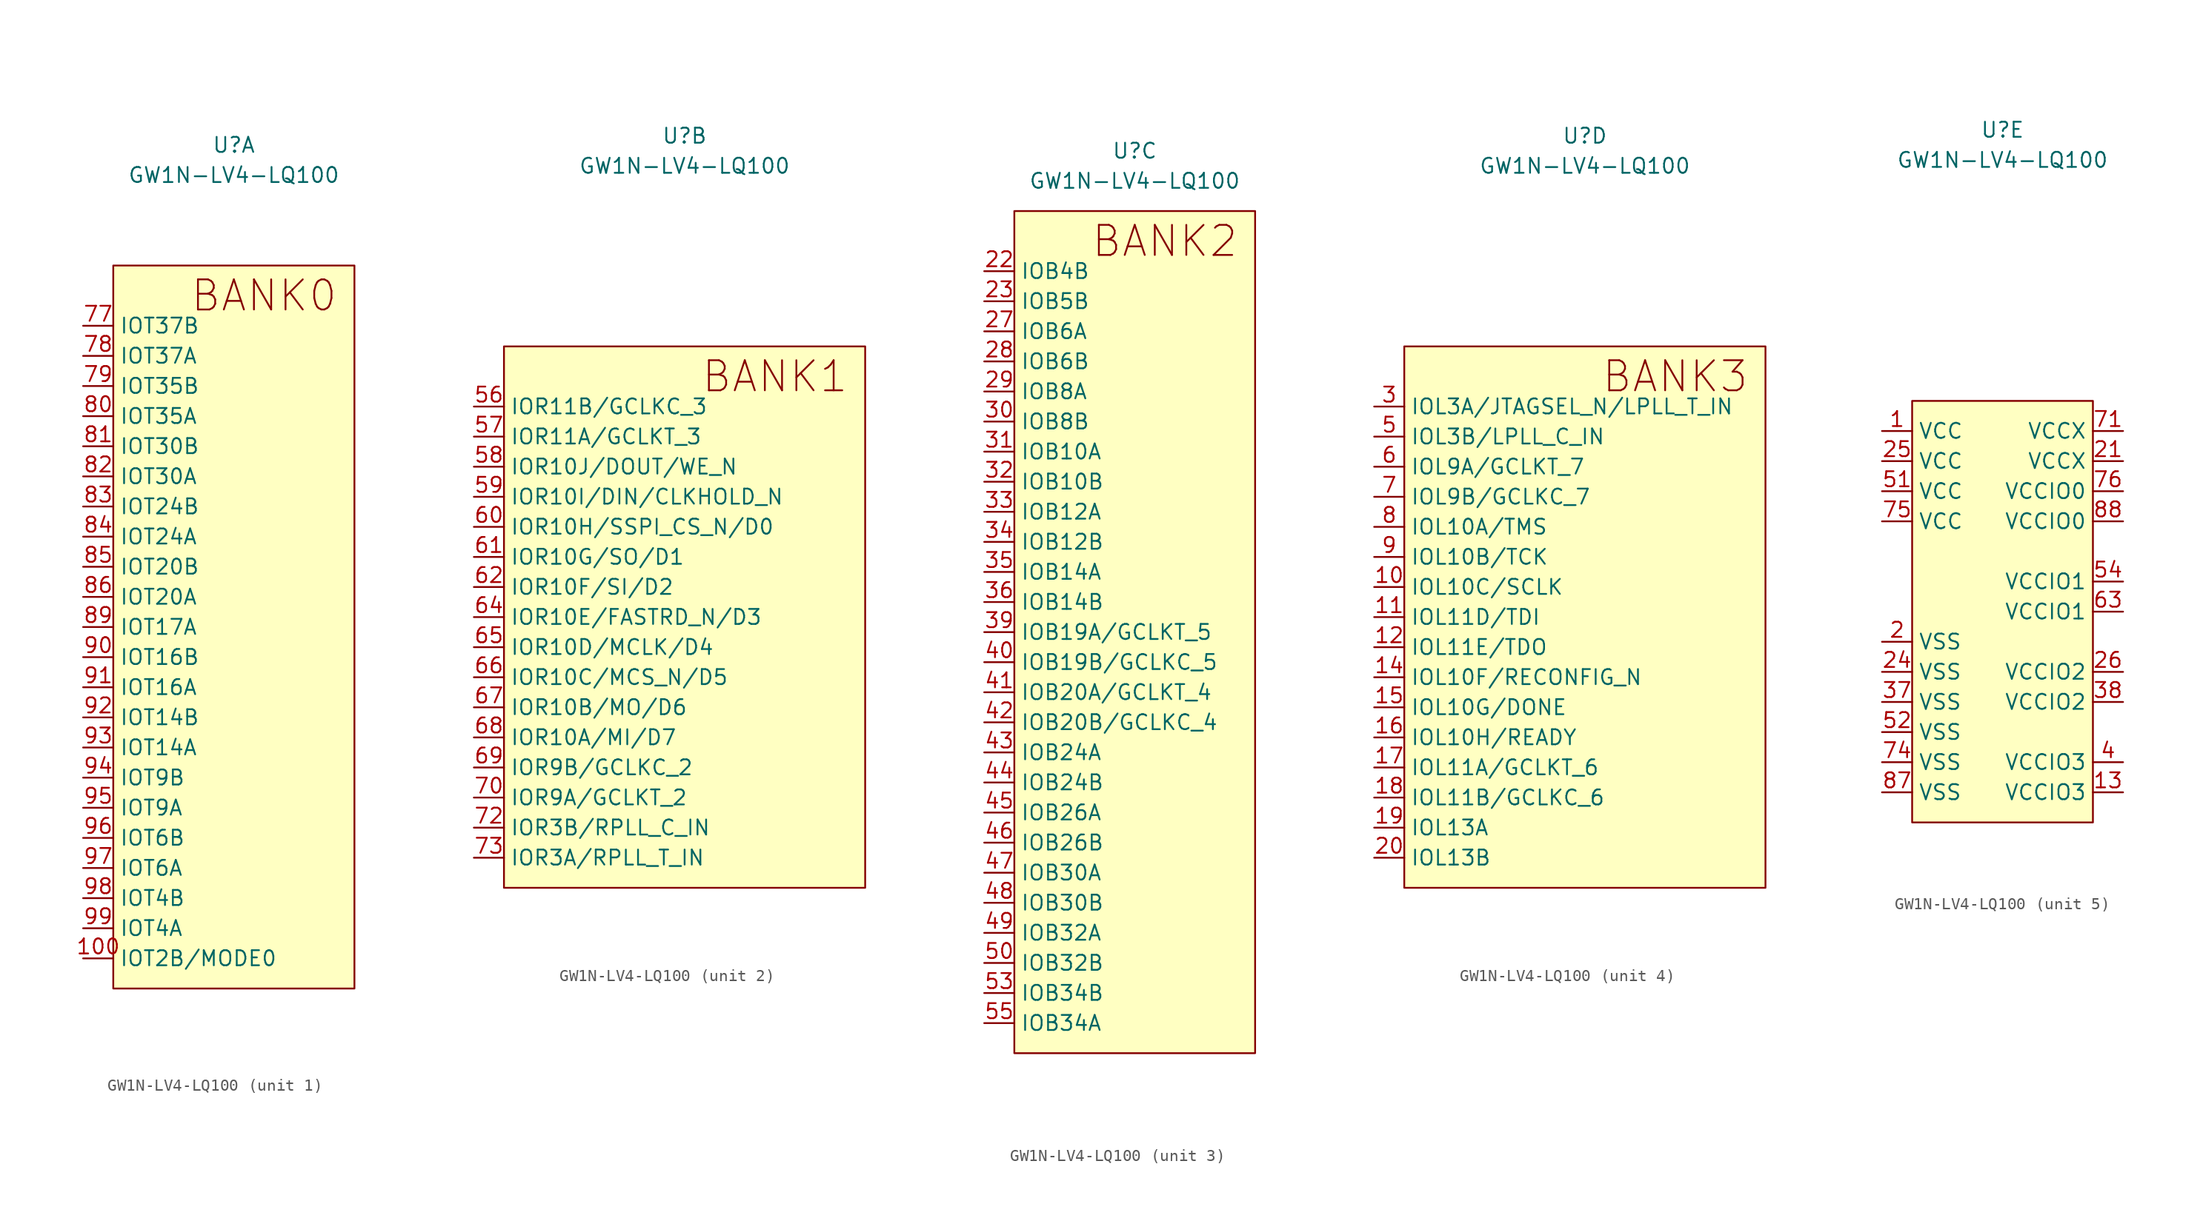
<source format=kicad_sym>
(kicad_symbol_lib
  (version 20220914)
  (generator kicad_symbol_editor)
  (symbol "GW1N-LV4-LQ100"
    (property "Reference" "U"
      (at 0 40.64 0)
      (effects (font (size 1.27 1.27))))
    (property "Value" "GW1N-LV4-LQ100"
      (at 0 38.1 0)
      (effects (font (size 1.27 1.27))))
    (property "ki_locked" ""
      (at 0 0 0)
      (effects (font (size 1.27 1.27))))
    (symbol "GW1N-LV4-LQ100_1_1"
      (rectangle (start -10.16 30.48) (end 10.16 -30.48) (stroke (width 0) (type default)) (fill (type background)))
      (text "BANK0\n" (at 2.54 27.94 0) (effects (font (size 2.54 2.54))))
      (pin bidirectional line (at -12.7 -27.94 0) (length 2.54) (name "IOT2B/MODE0" (effects (font (size 1.27 1.27)))) (number "100" (effects (font (size 1.27 1.27)))))
      (pin bidirectional line (at -12.7 25.4 0) (length 2.54) (name "IOT37B" (effects (font (size 1.27 1.27)))) (number "77" (effects (font (size 1.27 1.27)))))
      (pin bidirectional line (at -12.7 22.86 0) (length 2.54) (name "IOT37A" (effects (font (size 1.27 1.27)))) (number "78" (effects (font (size 1.27 1.27)))))
      (pin bidirectional line (at -12.7 20.32 0) (length 2.54) (name "IOT35B" (effects (font (size 1.27 1.27)))) (number "79" (effects (font (size 1.27 1.27)))))
      (pin bidirectional line (at -12.7 17.78 0) (length 2.54) (name "IOT35A" (effects (font (size 1.27 1.27)))) (number "80" (effects (font (size 1.27 1.27)))))
      (pin bidirectional line (at -12.7 15.24 0) (length 2.54) (name "IOT30B" (effects (font (size 1.27 1.27)))) (number "81" (effects (font (size 1.27 1.27)))))
      (pin bidirectional line (at -12.7 12.7 0) (length 2.54) (name "IOT30A" (effects (font (size 1.27 1.27)))) (number "82" (effects (font (size 1.27 1.27)))))
      (pin bidirectional line (at -12.7 10.16 0) (length 2.54) (name "IOT24B" (effects (font (size 1.27 1.27)))) (number "83" (effects (font (size 1.27 1.27)))))
      (pin bidirectional line (at -12.7 7.62 0) (length 2.54) (name "IOT24A" (effects (font (size 1.27 1.27)))) (number "84" (effects (font (size 1.27 1.27)))))
      (pin bidirectional line (at -12.7 5.08 0) (length 2.54) (name "IOT20B" (effects (font (size 1.27 1.27)))) (number "85" (effects (font (size 1.27 1.27)))))
      (pin bidirectional line (at -12.7 2.54 0) (length 2.54) (name "IOT20A" (effects (font (size 1.27 1.27)))) (number "86" (effects (font (size 1.27 1.27)))))
      (pin bidirectional line (at -12.7 0 0) (length 2.54) (name "IOT17A" (effects (font (size 1.27 1.27)))) (number "89" (effects (font (size 1.27 1.27)))))
      (pin bidirectional line (at -12.7 -2.54 0) (length 2.54) (name "IOT16B" (effects (font (size 1.27 1.27)))) (number "90" (effects (font (size 1.27 1.27)))))
      (pin bidirectional line (at -12.7 -5.08 0) (length 2.54) (name "IOT16A" (effects (font (size 1.27 1.27)))) (number "91" (effects (font (size 1.27 1.27)))))
      (pin bidirectional line (at -12.7 -7.62 0) (length 2.54) (name "IOT14B" (effects (font (size 1.27 1.27)))) (number "92" (effects (font (size 1.27 1.27)))))
      (pin bidirectional line (at -12.7 -10.16 0) (length 2.54) (name "IOT14A" (effects (font (size 1.27 1.27)))) (number "93" (effects (font (size 1.27 1.27)))))
      (pin bidirectional line (at -12.7 -12.7 0) (length 2.54) (name "IOT9B" (effects (font (size 1.27 1.27)))) (number "94" (effects (font (size 1.27 1.27)))))
      (pin bidirectional line (at -12.7 -15.24 0) (length 2.54) (name "IOT9A" (effects (font (size 1.27 1.27)))) (number "95" (effects (font (size 1.27 1.27)))))
      (pin bidirectional line (at -12.7 -17.78 0) (length 2.54) (name "IOT6B" (effects (font (size 1.27 1.27)))) (number "96" (effects (font (size 1.27 1.27)))))
      (pin bidirectional line (at -12.7 -20.32 0) (length 2.54) (name "IOT6A" (effects (font (size 1.27 1.27)))) (number "97" (effects (font (size 1.27 1.27)))))
      (pin bidirectional line (at -12.7 -22.86 0) (length 2.54) (name "IOT4B" (effects (font (size 1.27 1.27)))) (number "98" (effects (font (size 1.27 1.27)))))
      (pin bidirectional line (at -12.7 -25.4 0) (length 2.54) (name "IOT4A" (effects (font (size 1.27 1.27)))) (number "99" (effects (font (size 1.27 1.27))))))
    (symbol "GW1N-LV4-LQ100_2_1"
      (rectangle (start -15.24 22.86) (end 15.24 -22.86) (stroke (width 0) (type default)) (fill (type background)))
      (text "BANK1" (at 7.62 20.32 0) (effects (font (size 2.54 2.54))))
      (pin bidirectional line (at -17.78 17.78 0) (length 2.54) (name "IOR11B/GCLKC_3" (effects (font (size 1.27 1.27)))) (number "56" (effects (font (size 1.27 1.27)))))
      (pin bidirectional line (at -17.78 15.24 0) (length 2.54) (name "IOR11A/GCLKT_3" (effects (font (size 1.27 1.27)))) (number "57" (effects (font (size 1.27 1.27)))))
      (pin bidirectional line (at -17.78 12.7 0) (length 2.54) (name "IOR10J/DOUT/WE_N" (effects (font (size 1.27 1.27)))) (number "58" (effects (font (size 1.27 1.27)))))
      (pin bidirectional line (at -17.78 10.16 0) (length 2.54) (name "IOR10I/DIN/CLKHOLD_N" (effects (font (size 1.27 1.27)))) (number "59" (effects (font (size 1.27 1.27)))))
      (pin bidirectional line (at -17.78 7.62 0) (length 2.54) (name "IOR10H/SSPI_CS_N/D0" (effects (font (size 1.27 1.27)))) (number "60" (effects (font (size 1.27 1.27)))))
      (pin bidirectional line (at -17.78 5.08 0) (length 2.54) (name "IOR10G/SO/D1" (effects (font (size 1.27 1.27)))) (number "61" (effects (font (size 1.27 1.27)))))
      (pin bidirectional line (at -17.78 2.54 0) (length 2.54) (name "IOR10F/SI/D2" (effects (font (size 1.27 1.27)))) (number "62" (effects (font (size 1.27 1.27)))))
      (pin bidirectional line (at -17.78 0 0) (length 2.54) (name "IOR10E/FASTRD_N/D3" (effects (font (size 1.27 1.27)))) (number "64" (effects (font (size 1.27 1.27)))))
      (pin bidirectional line (at -17.78 -2.54 0) (length 2.54) (name "IOR10D/MCLK/D4" (effects (font (size 1.27 1.27)))) (number "65" (effects (font (size 1.27 1.27)))))
      (pin bidirectional line (at -17.78 -5.08 0) (length 2.54) (name "IOR10C/MCS_N/D5" (effects (font (size 1.27 1.27)))) (number "66" (effects (font (size 1.27 1.27)))))
      (pin bidirectional line (at -17.78 -7.62 0) (length 2.54) (name "IOR10B/MO/D6" (effects (font (size 1.27 1.27)))) (number "67" (effects (font (size 1.27 1.27)))))
      (pin bidirectional line (at -17.78 -10.16 0) (length 2.54) (name "IOR10A/MI/D7" (effects (font (size 1.27 1.27)))) (number "68" (effects (font (size 1.27 1.27)))))
      (pin bidirectional line (at -17.78 -12.7 0) (length 2.54) (name "IOR9B/GCLKC_2" (effects (font (size 1.27 1.27)))) (number "69" (effects (font (size 1.27 1.27)))))
      (pin bidirectional line (at -17.78 -15.24 0) (length 2.54) (name "IOR9A/GCLKT_2" (effects (font (size 1.27 1.27)))) (number "70" (effects (font (size 1.27 1.27)))))
      (pin bidirectional line (at -17.78 -17.78 0) (length 2.54) (name "IOR3B/RPLL_C_IN" (effects (font (size 1.27 1.27)))) (number "72" (effects (font (size 1.27 1.27)))))
      (pin bidirectional line (at -17.78 -20.32 0) (length 2.54) (name "IOR3A/RPLL_T_IN" (effects (font (size 1.27 1.27)))) (number "73" (effects (font (size 1.27 1.27))))))
    (symbol "GW1N-LV4-LQ100_3_1"
      (rectangle (start -10.16 35.56) (end 10.16 -35.56) (stroke (width 0) (type default)) (fill (type background)))
      (text "BANK2" (at 2.54 33.02 0) (effects (font (size 2.54 2.54))))
      (pin bidirectional line (at -12.7 30.48 0) (length 2.54) (name "IOB4B" (effects (font (size 1.27 1.27)))) (number "22" (effects (font (size 1.27 1.27)))))
      (pin bidirectional line (at -12.7 27.94 0) (length 2.54) (name "IOB5B" (effects (font (size 1.27 1.27)))) (number "23" (effects (font (size 1.27 1.27)))))
      (pin bidirectional line (at -12.7 25.4 0) (length 2.54) (name "IOB6A" (effects (font (size 1.27 1.27)))) (number "27" (effects (font (size 1.27 1.27)))))
      (pin bidirectional line (at -12.7 22.86 0) (length 2.54) (name "IOB6B" (effects (font (size 1.27 1.27)))) (number "28" (effects (font (size 1.27 1.27)))))
      (pin bidirectional line (at -12.7 20.32 0) (length 2.54) (name "IOB8A" (effects (font (size 1.27 1.27)))) (number "29" (effects (font (size 1.27 1.27)))))
      (pin bidirectional line (at -12.7 17.78 0) (length 2.54) (name "IOB8B" (effects (font (size 1.27 1.27)))) (number "30" (effects (font (size 1.27 1.27)))))
      (pin bidirectional line (at -12.7 15.24 0) (length 2.54) (name "IOB10A" (effects (font (size 1.27 1.27)))) (number "31" (effects (font (size 1.27 1.27)))))
      (pin bidirectional line (at -12.7 12.7 0) (length 2.54) (name "IOB10B" (effects (font (size 1.27 1.27)))) (number "32" (effects (font (size 1.27 1.27)))))
      (pin bidirectional line (at -12.7 10.16 0) (length 2.54) (name "IOB12A" (effects (font (size 1.27 1.27)))) (number "33" (effects (font (size 1.27 1.27)))))
      (pin bidirectional line (at -12.7 7.62 0) (length 2.54) (name "IOB12B" (effects (font (size 1.27 1.27)))) (number "34" (effects (font (size 1.27 1.27)))))
      (pin bidirectional line (at -12.7 5.08 0) (length 2.54) (name "IOB14A" (effects (font (size 1.27 1.27)))) (number "35" (effects (font (size 1.27 1.27)))))
      (pin bidirectional line (at -12.7 2.54 0) (length 2.54) (name "IOB14B" (effects (font (size 1.27 1.27)))) (number "36" (effects (font (size 1.27 1.27)))))
      (pin bidirectional line (at -12.7 0 0) (length 2.54) (name "IOB19A/GCLKT_5" (effects (font (size 1.27 1.27)))) (number "39" (effects (font (size 1.27 1.27)))))
      (pin bidirectional line (at -12.7 -2.54 0) (length 2.54) (name "IOB19B/GCLKC_5" (effects (font (size 1.27 1.27)))) (number "40" (effects (font (size 1.27 1.27)))))
      (pin bidirectional line (at -12.7 -5.08 0) (length 2.54) (name "IOB20A/GCLKT_4" (effects (font (size 1.27 1.27)))) (number "41" (effects (font (size 1.27 1.27)))))
      (pin bidirectional line (at -12.7 -7.62 0) (length 2.54) (name "IOB20B/GCLKC_4" (effects (font (size 1.27 1.27)))) (number "42" (effects (font (size 1.27 1.27)))))
      (pin bidirectional line (at -12.7 -10.16 0) (length 2.54) (name "IOB24A" (effects (font (size 1.27 1.27)))) (number "43" (effects (font (size 1.27 1.27)))))
      (pin bidirectional line (at -12.7 -12.7 0) (length 2.54) (name "IOB24B" (effects (font (size 1.27 1.27)))) (number "44" (effects (font (size 1.27 1.27)))))
      (pin bidirectional line (at -12.7 -15.24 0) (length 2.54) (name "IOB26A" (effects (font (size 1.27 1.27)))) (number "45" (effects (font (size 1.27 1.27)))))
      (pin bidirectional line (at -12.7 -17.78 0) (length 2.54) (name "IOB26B" (effects (font (size 1.27 1.27)))) (number "46" (effects (font (size 1.27 1.27)))))
      (pin bidirectional line (at -12.7 -20.32 0) (length 2.54) (name "IOB30A" (effects (font (size 1.27 1.27)))) (number "47" (effects (font (size 1.27 1.27)))))
      (pin bidirectional line (at -12.7 -22.86 0) (length 2.54) (name "IOB30B" (effects (font (size 1.27 1.27)))) (number "48" (effects (font (size 1.27 1.27)))))
      (pin bidirectional line (at -12.7 -25.4 0) (length 2.54) (name "IOB32A" (effects (font (size 1.27 1.27)))) (number "49" (effects (font (size 1.27 1.27)))))
      (pin bidirectional line (at -12.7 -27.94 0) (length 2.54) (name "IOB32B" (effects (font (size 1.27 1.27)))) (number "50" (effects (font (size 1.27 1.27)))))
      (pin bidirectional line (at -12.7 -30.48 0) (length 2.54) (name "IOB34B" (effects (font (size 1.27 1.27)))) (number "53" (effects (font (size 1.27 1.27)))))
      (pin bidirectional line (at -12.7 -33.02 0) (length 2.54) (name "IOB34A" (effects (font (size 1.27 1.27)))) (number "55" (effects (font (size 1.27 1.27))))))
    (symbol "GW1N-LV4-LQ100_4_1"
      (rectangle (start -15.24 22.86) (end 15.24 -22.86) (stroke (width 0) (type default)) (fill (type background)))
      (text "BANK3" (at 7.62 20.32 0) (effects (font (size 2.54 2.54))))
      (pin bidirectional line (at -17.78 2.54 0) (length 2.54) (name "IOL10C/SCLK" (effects (font (size 1.27 1.27)))) (number "10" (effects (font (size 1.27 1.27)))))
      (pin bidirectional line (at -17.78 0 0) (length 2.54) (name "IOL11D/TDI" (effects (font (size 1.27 1.27)))) (number "11" (effects (font (size 1.27 1.27)))))
      (pin bidirectional line (at -17.78 -2.54 0) (length 2.54) (name "IOL11E/TDO" (effects (font (size 1.27 1.27)))) (number "12" (effects (font (size 1.27 1.27)))))
      (pin bidirectional line (at -17.78 -5.08 0) (length 2.54) (name "IOL10F/RECONFIG_N" (effects (font (size 1.27 1.27)))) (number "14" (effects (font (size 1.27 1.27)))))
      (pin bidirectional line (at -17.78 -7.62 0) (length 2.54) (name "IOL10G/DONE" (effects (font (size 1.27 1.27)))) (number "15" (effects (font (size 1.27 1.27)))))
      (pin bidirectional line (at -17.78 -10.16 0) (length 2.54) (name "IOL10H/READY" (effects (font (size 1.27 1.27)))) (number "16" (effects (font (size 1.27 1.27)))))
      (pin bidirectional line (at -17.78 -12.7 0) (length 2.54) (name "IOL11A/GCLKT_6" (effects (font (size 1.27 1.27)))) (number "17" (effects (font (size 1.27 1.27)))))
      (pin bidirectional line (at -17.78 -15.24 0) (length 2.54) (name "IOL11B/GCLKC_6" (effects (font (size 1.27 1.27)))) (number "18" (effects (font (size 1.27 1.27)))))
      (pin bidirectional line (at -17.78 -17.78 0) (length 2.54) (name "IOL13A" (effects (font (size 1.27 1.27)))) (number "19" (effects (font (size 1.27 1.27)))))
      (pin bidirectional line (at -17.78 -20.32 0) (length 2.54) (name "IOL13B" (effects (font (size 1.27 1.27)))) (number "20" (effects (font (size 1.27 1.27)))))
      (pin bidirectional line (at -17.78 17.78 0) (length 2.54) (name "IOL3A/JTAGSEL_N/LPLL_T_IN" (effects (font (size 1.27 1.27)))) (number "3" (effects (font (size 1.27 1.27)))))
      (pin bidirectional line (at -17.78 15.24 0) (length 2.54) (name "IOL3B/LPLL_C_IN" (effects (font (size 1.27 1.27)))) (number "5" (effects (font (size 1.27 1.27)))))
      (pin bidirectional line (at -17.78 12.7 0) (length 2.54) (name "IOL9A/GCLKT_7" (effects (font (size 1.27 1.27)))) (number "6" (effects (font (size 1.27 1.27)))))
      (pin bidirectional line (at -17.78 10.16 0) (length 2.54) (name "IOL9B/GCLKC_7" (effects (font (size 1.27 1.27)))) (number "7" (effects (font (size 1.27 1.27)))))
      (pin bidirectional line (at -17.78 7.62 0) (length 2.54) (name "IOL10A/TMS" (effects (font (size 1.27 1.27)))) (number "8" (effects (font (size 1.27 1.27)))))
      (pin bidirectional line (at -17.78 5.08 0) (length 2.54) (name "IOL10B/TCK" (effects (font (size 1.27 1.27)))) (number "9" (effects (font (size 1.27 1.27))))))
    (symbol "GW1N-LV4-LQ100_5_1"
      (rectangle (start -7.62 17.78) (end 7.62 -17.78) (stroke (width 0) (type default)) (fill (type background)))
      (pin power_in line (at -10.16 15.24 0) (length 2.54) (name "VCC" (effects (font (size 1.27 1.27)))) (number "1" (effects (font (size 1.27 1.27)))))
      (pin power_in line (at 10.16 -15.24 180) (length 2.54) (name "VCCIO3" (effects (font (size 1.27 1.27)))) (number "13" (effects (font (size 1.27 1.27)))))
      (pin power_in line (at -10.16 -2.54 0) (length 2.54) (name "VSS" (effects (font (size 1.27 1.27)))) (number "2" (effects (font (size 1.27 1.27)))))
      (pin power_in line (at 10.16 12.7 180) (length 2.54) (name "VCCX" (effects (font (size 1.27 1.27)))) (number "21" (effects (font (size 1.27 1.27)))))
      (pin power_in line (at -10.16 -5.08 0) (length 2.54) (name "VSS" (effects (font (size 1.27 1.27)))) (number "24" (effects (font (size 1.27 1.27)))))
      (pin power_in line (at -10.16 12.7 0) (length 2.54) (name "VCC" (effects (font (size 1.27 1.27)))) (number "25" (effects (font (size 1.27 1.27)))))
      (pin power_in line (at 10.16 -5.08 180) (length 2.54) (name "VCCIO2" (effects (font (size 1.27 1.27)))) (number "26" (effects (font (size 1.27 1.27)))))
      (pin power_in line (at -10.16 -7.62 0) (length 2.54) (name "VSS" (effects (font (size 1.27 1.27)))) (number "37" (effects (font (size 1.27 1.27)))))
      (pin power_in line (at 10.16 -7.62 180) (length 2.54) (name "VCCIO2" (effects (font (size 1.27 1.27)))) (number "38" (effects (font (size 1.27 1.27)))))
      (pin power_in line (at 10.16 -12.7 180) (length 2.54) (name "VCCIO3" (effects (font (size 1.27 1.27)))) (number "4" (effects (font (size 1.27 1.27)))))
      (pin power_in line (at -10.16 10.16 0) (length 2.54) (name "VCC" (effects (font (size 1.27 1.27)))) (number "51" (effects (font (size 1.27 1.27)))))
      (pin power_in line (at -10.16 -10.16 0) (length 2.54) (name "VSS" (effects (font (size 1.27 1.27)))) (number "52" (effects (font (size 1.27 1.27)))))
      (pin power_in line (at 10.16 2.54 180) (length 2.54) (name "VCCIO1" (effects (font (size 1.27 1.27)))) (number "54" (effects (font (size 1.27 1.27)))))
      (pin power_in line (at 10.16 0 180) (length 2.54) (name "VCCIO1" (effects (font (size 1.27 1.27)))) (number "63" (effects (font (size 1.27 1.27)))))
      (pin power_in line (at 10.16 15.24 180) (length 2.54) (name "VCCX" (effects (font (size 1.27 1.27)))) (number "71" (effects (font (size 1.27 1.27)))))
      (pin power_in line (at -10.16 -12.7 0) (length 2.54) (name "VSS" (effects (font (size 1.27 1.27)))) (number "74" (effects (font (size 1.27 1.27)))))
      (pin power_in line (at -10.16 7.62 0) (length 2.54) (name "VCC" (effects (font (size 1.27 1.27)))) (number "75" (effects (font (size 1.27 1.27)))))
      (pin power_in line (at 10.16 10.16 180) (length 2.54) (name "VCCIO0" (effects (font (size 1.27 1.27)))) (number "76" (effects (font (size 1.27 1.27)))))
      (pin power_in line (at -10.16 -15.24 0) (length 2.54) (name "VSS" (effects (font (size 1.27 1.27)))) (number "87" (effects (font (size 1.27 1.27)))))
      (pin power_in line (at 10.16 7.62 180) (length 2.54) (name "VCCIO0" (effects (font (size 1.27 1.27)))) (number "88" (effects (font (size 1.27 1.27))))))))
</source>
